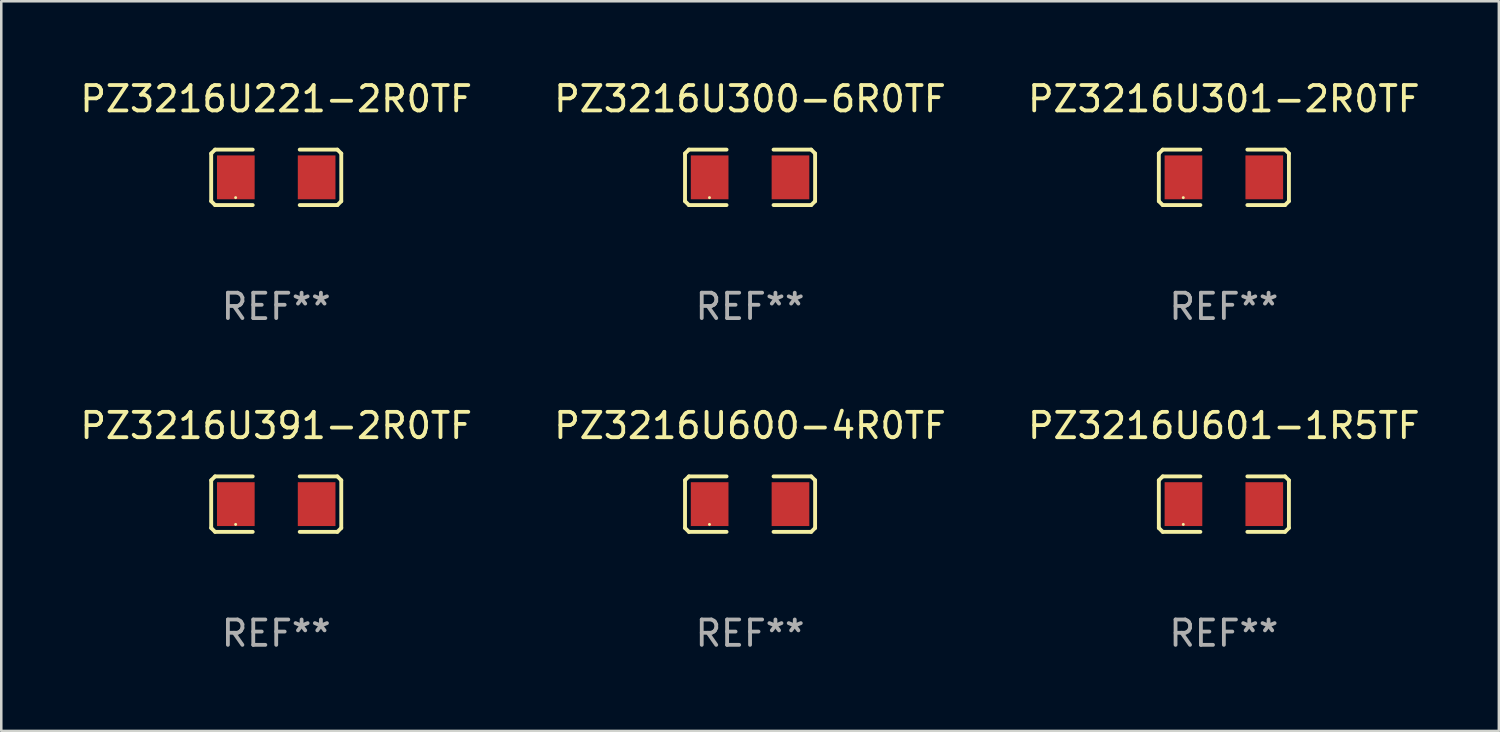
<source format=kicad_pcb>
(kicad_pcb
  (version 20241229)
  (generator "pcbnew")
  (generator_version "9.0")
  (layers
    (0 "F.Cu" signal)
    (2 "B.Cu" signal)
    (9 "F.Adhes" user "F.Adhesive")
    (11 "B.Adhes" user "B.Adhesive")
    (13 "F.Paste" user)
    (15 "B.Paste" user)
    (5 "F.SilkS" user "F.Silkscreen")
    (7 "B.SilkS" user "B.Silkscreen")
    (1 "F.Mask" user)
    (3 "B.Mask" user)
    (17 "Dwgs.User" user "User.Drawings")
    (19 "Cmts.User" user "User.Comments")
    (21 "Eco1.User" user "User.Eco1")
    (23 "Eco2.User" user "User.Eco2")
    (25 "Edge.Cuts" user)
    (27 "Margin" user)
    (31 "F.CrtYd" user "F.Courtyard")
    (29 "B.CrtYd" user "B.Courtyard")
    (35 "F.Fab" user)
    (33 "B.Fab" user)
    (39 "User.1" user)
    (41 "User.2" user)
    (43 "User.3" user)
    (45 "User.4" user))
  (footprint "PZ3216U221-2R0TF"
    (layer "F.Cu")
    (at 7.839 3.941)
    (property "Reference" "PZ3216U221-2R0TF" (at 0 -3.093 0) (layer "F.SilkS") (effects (font (size 1 1) (thickness 0.15))))
    (attr through_hole)
    (fp_line (start -2.564 -0.94) (end -2.411 -1.093) (stroke (width 0.152) (type solid)) (layer "F.SilkS"))
    (fp_line (start -2.564 0.94) (end -2.564 -0.94) (stroke (width 0.152) (type solid)) (layer "F.SilkS"))
    (fp_line (start -2.411 -1.093) (end -0.926 -1.093) (stroke (width 0.152) (type solid)) (layer "F.SilkS"))
    (fp_line (start -2.411 1.093) (end -2.564 0.94) (stroke (width 0.152) (type solid)) (layer "F.SilkS"))
    (fp_line (start -0.926 1.093) (end -2.411 1.093) (stroke (width 0.152) (type solid)) (layer "F.SilkS"))
    (fp_line (start 0.926 1.093) (end 2.411 1.093) (stroke (width 0.152) (type solid)) (layer "F.SilkS"))
    (fp_line (start 2.411 -1.093) (end 0.926 -1.093) (stroke (width 0.152) (type solid)) (layer "F.SilkS"))
    (fp_line (start 2.411 1.093) (end 2.564 0.94) (stroke (width 0.152) (type solid)) (layer "F.SilkS"))
    (fp_line (start 2.564 -0.94) (end 2.411 -1.093) (stroke (width 0.152) (type solid)) (layer "F.SilkS"))
    (fp_line (start 2.564 0.94) (end 2.564 -0.94) (stroke (width 0.152) (type solid)) (layer "F.SilkS"))
    (fp_circle (center -1.6 0.8) (end -1.57 0.8) (stroke (width 0.06) (type solid)) (fill no) (layer "F.SilkS"))
    (fp_text user "REF**" (at 0 5.093 0) (layer "F.Fab") (effects (font (size 1 1) (thickness 0.15))))
    (pad "1" smd rect (at -1.593 0) (size 1.485 1.728) (layers "F.Cu" "F.Mask" "F.Paste"))
    (pad "2" smd rect (at 1.593 0) (size 1.485 1.728) (layers "F.Cu" "F.Mask" "F.Paste")))
  (footprint "PZ3216U600-4R0TF"
    (layer "F.Cu")
    (at 26.518 16.823)
    (property "Reference" "PZ3216U600-4R0TF" (at 0 -3.093 0) (layer "F.SilkS") (effects (font (size 1 1) (thickness 0.15))))
    (attr through_hole)
    (fp_line (start -2.564 -0.94) (end -2.411 -1.093) (stroke (width 0.152) (type solid)) (layer "F.SilkS"))
    (fp_line (start -2.564 0.94) (end -2.564 -0.94) (stroke (width 0.152) (type solid)) (layer "F.SilkS"))
    (fp_line (start -2.411 -1.093) (end -0.926 -1.093) (stroke (width 0.152) (type solid)) (layer "F.SilkS"))
    (fp_line (start -2.411 1.093) (end -2.564 0.94) (stroke (width 0.152) (type solid)) (layer "F.SilkS"))
    (fp_line (start -0.926 1.093) (end -2.411 1.093) (stroke (width 0.152) (type solid)) (layer "F.SilkS"))
    (fp_line (start 0.926 1.093) (end 2.411 1.093) (stroke (width 0.152) (type solid)) (layer "F.SilkS"))
    (fp_line (start 2.411 -1.093) (end 0.926 -1.093) (stroke (width 0.152) (type solid)) (layer "F.SilkS"))
    (fp_line (start 2.411 1.093) (end 2.564 0.94) (stroke (width 0.152) (type solid)) (layer "F.SilkS"))
    (fp_line (start 2.564 -0.94) (end 2.411 -1.093) (stroke (width 0.152) (type solid)) (layer "F.SilkS"))
    (fp_line (start 2.564 0.94) (end 2.564 -0.94) (stroke (width 0.152) (type solid)) (layer "F.SilkS"))
    (fp_circle (center -1.6 0.8) (end -1.57 0.8) (stroke (width 0.06) (type solid)) (fill no) (layer "F.SilkS"))
    (fp_text user "REF**" (at 0 5.093 0) (layer "F.Fab") (effects (font (size 1 1) (thickness 0.15))))
    (pad "1" smd rect (at -1.593 0) (size 1.485 1.728) (layers "F.Cu" "F.Mask" "F.Paste"))
    (pad "2" smd rect (at 1.593 0) (size 1.485 1.728) (layers "F.Cu" "F.Mask" "F.Paste")))
  (footprint "PZ3216U301-2R0TF"
    (layer "F.Cu")
    (at 45.196 3.941)
    (property "Reference" "PZ3216U301-2R0TF" (at 0 -3.093 0) (layer "F.SilkS") (effects (font (size 1 1) (thickness 0.15))))
    (attr through_hole)
    (fp_line (start -2.564 -0.94) (end -2.411 -1.093) (stroke (width 0.152) (type solid)) (layer "F.SilkS"))
    (fp_line (start -2.564 0.94) (end -2.564 -0.94) (stroke (width 0.152) (type solid)) (layer "F.SilkS"))
    (fp_line (start -2.411 -1.093) (end -0.926 -1.093) (stroke (width 0.152) (type solid)) (layer "F.SilkS"))
    (fp_line (start -2.411 1.093) (end -2.564 0.94) (stroke (width 0.152) (type solid)) (layer "F.SilkS"))
    (fp_line (start -0.926 1.093) (end -2.411 1.093) (stroke (width 0.152) (type solid)) (layer "F.SilkS"))
    (fp_line (start 0.926 1.093) (end 2.411 1.093) (stroke (width 0.152) (type solid)) (layer "F.SilkS"))
    (fp_line (start 2.411 -1.093) (end 0.926 -1.093) (stroke (width 0.152) (type solid)) (layer "F.SilkS"))
    (fp_line (start 2.411 1.093) (end 2.564 0.94) (stroke (width 0.152) (type solid)) (layer "F.SilkS"))
    (fp_line (start 2.564 -0.94) (end 2.411 -1.093) (stroke (width 0.152) (type solid)) (layer "F.SilkS"))
    (fp_line (start 2.564 0.94) (end 2.564 -0.94) (stroke (width 0.152) (type solid)) (layer "F.SilkS"))
    (fp_circle (center -1.6 0.8) (end -1.57 0.8) (stroke (width 0.06) (type solid)) (fill no) (layer "F.SilkS"))
    (fp_text user "REF**" (at 0 5.093 0) (layer "F.Fab") (effects (font (size 1 1) (thickness 0.15))))
    (pad "1" smd rect (at -1.593 0) (size 1.485 1.728) (layers "F.Cu" "F.Mask" "F.Paste"))
    (pad "2" smd rect (at 1.593 0) (size 1.485 1.728) (layers "F.Cu" "F.Mask" "F.Paste")))
  (footprint "PZ3216U391-2R0TF"
    (layer "F.Cu")
    (at 7.839 16.823)
    (property "Reference" "PZ3216U391-2R0TF" (at 0 -3.093 0) (layer "F.SilkS") (effects (font (size 1 1) (thickness 0.15))))
    (attr through_hole)
    (fp_line (start -2.564 -0.94) (end -2.411 -1.093) (stroke (width 0.152) (type solid)) (layer "F.SilkS"))
    (fp_line (start -2.564 0.94) (end -2.564 -0.94) (stroke (width 0.152) (type solid)) (layer "F.SilkS"))
    (fp_line (start -2.411 -1.093) (end -0.926 -1.093) (stroke (width 0.152) (type solid)) (layer "F.SilkS"))
    (fp_line (start -2.411 1.093) (end -2.564 0.94) (stroke (width 0.152) (type solid)) (layer "F.SilkS"))
    (fp_line (start -0.926 1.093) (end -2.411 1.093) (stroke (width 0.152) (type solid)) (layer "F.SilkS"))
    (fp_line (start 0.926 1.093) (end 2.411 1.093) (stroke (width 0.152) (type solid)) (layer "F.SilkS"))
    (fp_line (start 2.411 -1.093) (end 0.926 -1.093) (stroke (width 0.152) (type solid)) (layer "F.SilkS"))
    (fp_line (start 2.411 1.093) (end 2.564 0.94) (stroke (width 0.152) (type solid)) (layer "F.SilkS"))
    (fp_line (start 2.564 -0.94) (end 2.411 -1.093) (stroke (width 0.152) (type solid)) (layer "F.SilkS"))
    (fp_line (start 2.564 0.94) (end 2.564 -0.94) (stroke (width 0.152) (type solid)) (layer "F.SilkS"))
    (fp_circle (center -1.6 0.8) (end -1.57 0.8) (stroke (width 0.06) (type solid)) (fill no) (layer "F.SilkS"))
    (fp_text user "REF**" (at 0 5.093 0) (layer "F.Fab") (effects (font (size 1 1) (thickness 0.15))))
    (pad "1" smd rect (at -1.593 0) (size 1.485 1.728) (layers "F.Cu" "F.Mask" "F.Paste"))
    (pad "2" smd rect (at 1.593 0) (size 1.485 1.728) (layers "F.Cu" "F.Mask" "F.Paste")))
  (footprint "PZ3216U601-1R5TF"
    (layer "F.Cu")
    (at 45.196 16.823)
    (property "Reference" "PZ3216U601-1R5TF" (at 0 -3.093 0) (layer "F.SilkS") (effects (font (size 1 1) (thickness 0.15))))
    (attr through_hole)
    (fp_line (start -2.564 -0.94) (end -2.411 -1.093) (stroke (width 0.152) (type solid)) (layer "F.SilkS"))
    (fp_line (start -2.564 0.94) (end -2.564 -0.94) (stroke (width 0.152) (type solid)) (layer "F.SilkS"))
    (fp_line (start -2.411 -1.093) (end -0.926 -1.093) (stroke (width 0.152) (type solid)) (layer "F.SilkS"))
    (fp_line (start -2.411 1.093) (end -2.564 0.94) (stroke (width 0.152) (type solid)) (layer "F.SilkS"))
    (fp_line (start -0.926 1.093) (end -2.411 1.093) (stroke (width 0.152) (type solid)) (layer "F.SilkS"))
    (fp_line (start 0.926 1.093) (end 2.411 1.093) (stroke (width 0.152) (type solid)) (layer "F.SilkS"))
    (fp_line (start 2.411 -1.093) (end 0.926 -1.093) (stroke (width 0.152) (type solid)) (layer "F.SilkS"))
    (fp_line (start 2.411 1.093) (end 2.564 0.94) (stroke (width 0.152) (type solid)) (layer "F.SilkS"))
    (fp_line (start 2.564 -0.94) (end 2.411 -1.093) (stroke (width 0.152) (type solid)) (layer "F.SilkS"))
    (fp_line (start 2.564 0.94) (end 2.564 -0.94) (stroke (width 0.152) (type solid)) (layer "F.SilkS"))
    (fp_circle (center -1.6 0.8) (end -1.57 0.8) (stroke (width 0.06) (type solid)) (fill no) (layer "F.SilkS"))
    (fp_text user "REF**" (at 0 5.093 0) (layer "F.Fab") (effects (font (size 1 1) (thickness 0.15))))
    (pad "1" smd rect (at -1.593 0) (size 1.485 1.728) (layers "F.Cu" "F.Mask" "F.Paste"))
    (pad "2" smd rect (at 1.593 0) (size 1.485 1.728) (layers "F.Cu" "F.Mask" "F.Paste")))
  (footprint "PZ3216U300-6R0TF"
    (layer "F.Cu")
    (at 26.518 3.941)
    (property "Reference" "PZ3216U300-6R0TF" (at 0 -3.093 0) (layer "F.SilkS") (effects (font (size 1 1) (thickness 0.15))))
    (attr through_hole)
    (fp_line (start -2.564 -0.94) (end -2.411 -1.093) (stroke (width 0.152) (type solid)) (layer "F.SilkS"))
    (fp_line (start -2.564 0.94) (end -2.564 -0.94) (stroke (width 0.152) (type solid)) (layer "F.SilkS"))
    (fp_line (start -2.411 -1.093) (end -0.926 -1.093) (stroke (width 0.152) (type solid)) (layer "F.SilkS"))
    (fp_line (start -2.411 1.093) (end -2.564 0.94) (stroke (width 0.152) (type solid)) (layer "F.SilkS"))
    (fp_line (start -0.926 1.093) (end -2.411 1.093) (stroke (width 0.152) (type solid)) (layer "F.SilkS"))
    (fp_line (start 0.926 1.093) (end 2.411 1.093) (stroke (width 0.152) (type solid)) (layer "F.SilkS"))
    (fp_line (start 2.411 -1.093) (end 0.926 -1.093) (stroke (width 0.152) (type solid)) (layer "F.SilkS"))
    (fp_line (start 2.411 1.093) (end 2.564 0.94) (stroke (width 0.152) (type solid)) (layer "F.SilkS"))
    (fp_line (start 2.564 -0.94) (end 2.411 -1.093) (stroke (width 0.152) (type solid)) (layer "F.SilkS"))
    (fp_line (start 2.564 0.94) (end 2.564 -0.94) (stroke (width 0.152) (type solid)) (layer "F.SilkS"))
    (fp_circle (center -1.6 0.8) (end -1.57 0.8) (stroke (width 0.06) (type solid)) (fill no) (layer "F.SilkS"))
    (fp_text user "REF**" (at 0 5.093 0) (layer "F.Fab") (effects (font (size 1 1) (thickness 0.15))))
    (pad "1" smd rect (at -1.593 0) (size 1.485 1.728) (layers "F.Cu" "F.Mask" "F.Paste"))
    (pad "2" smd rect (at 1.593 0) (size 1.485 1.728) (layers "F.Cu" "F.Mask" "F.Paste")))
  (gr_rect
    (start -3 -3)
    (end 56.036 25.763)
    (stroke (width 0.1) (type default))
    (fill no)
    (layer "Edge.Cuts")))
</source>
